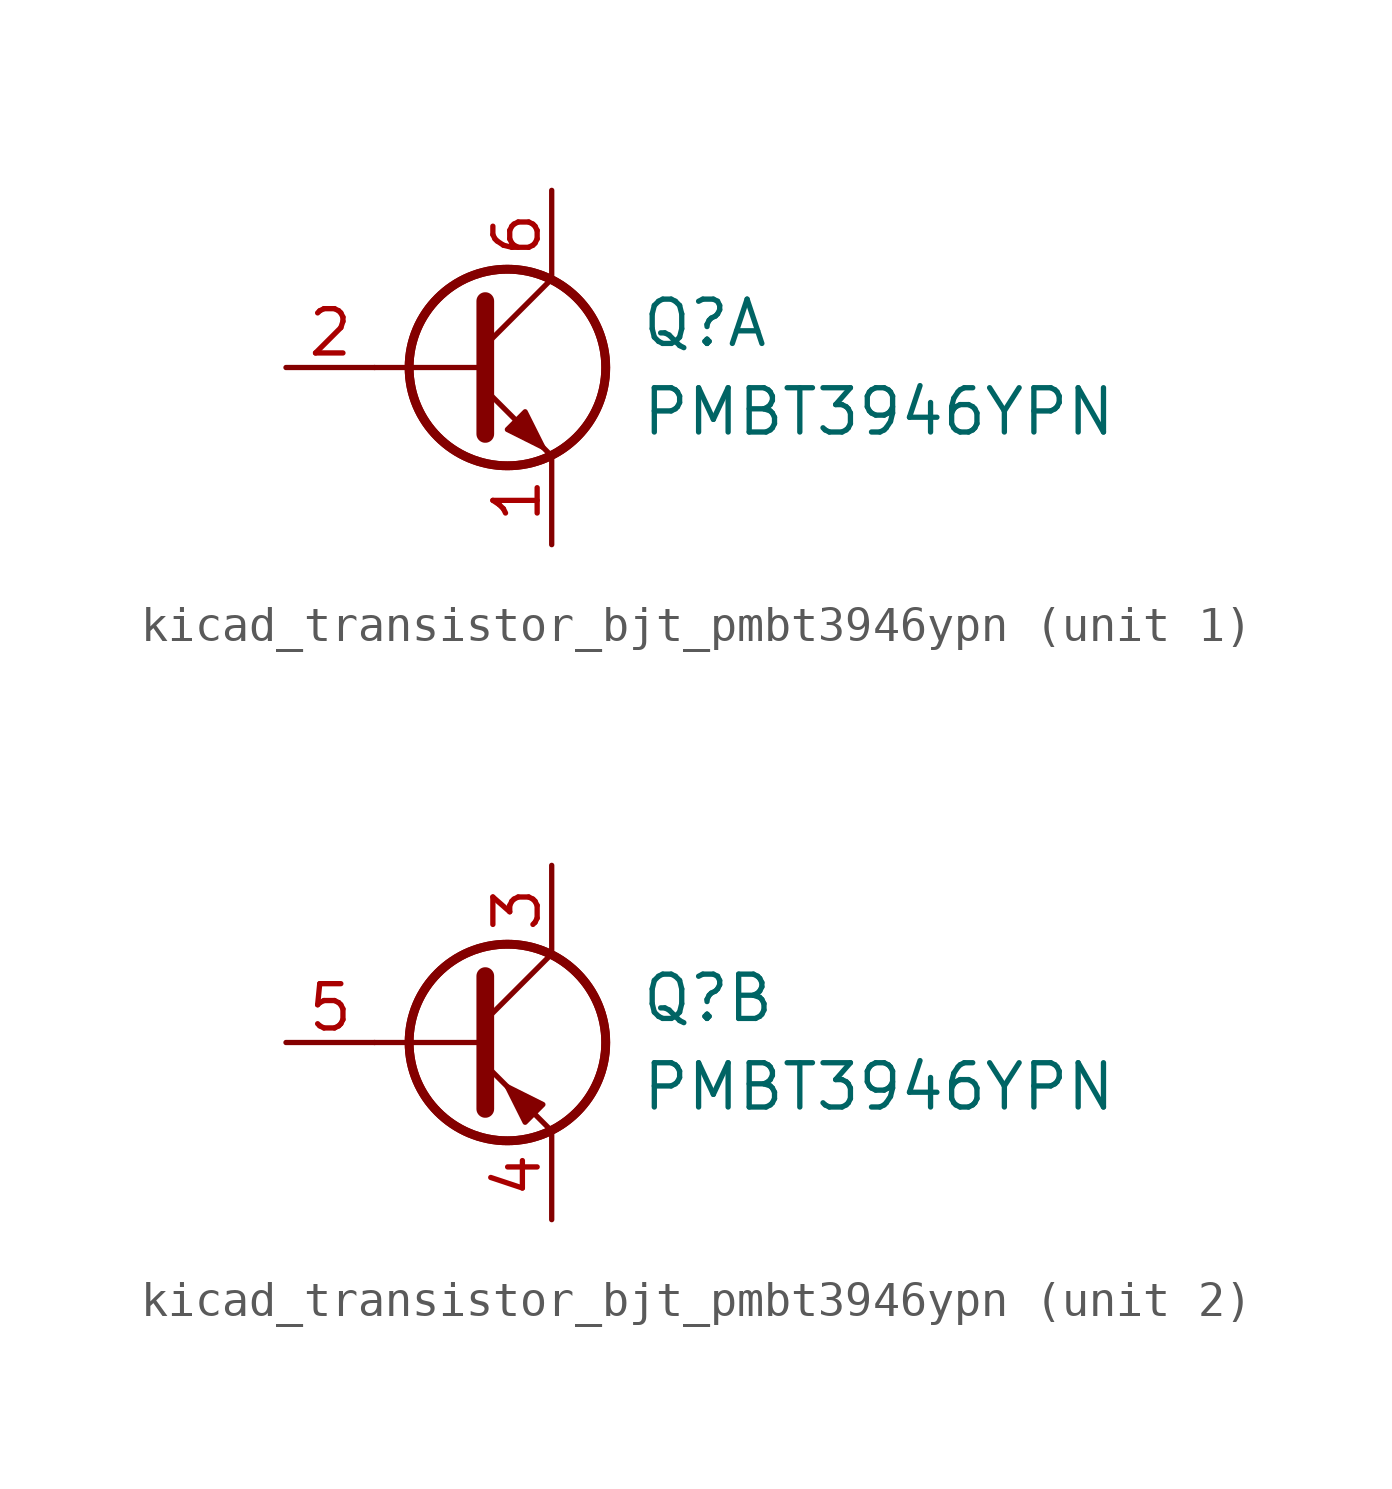
<source format=kicad_sym>
(kicad_symbol_lib
  (version 20220914)
  (generator kicad_symbol_editor)
  (symbol "kicad_transistor_bjt_pmbt3946ypn"
    (pin_names
      (offset 0) hide)
    (property "Reference" "Q"
      (at 5.08 1.27 0)
      (effects (font (size 1.27 1.27)) (justify left)))
    (property "Value" "PMBT3946YPN"
      (at 5.08 -1.27 0)
      (effects (font (size 1.27 1.27)) (justify left)))
    (property "ki_locked" ""
      (at 0 0 0)
      (effects (font (size 1.27 1.27))))
    (symbol "kicad_transistor_bjt_pmbt3946ypn_0_1"
      (polyline (pts (xy 0.635 0) (xy -2.54 0)) (stroke (width 0) (type default)) (fill (type none)))
      (circle (center 1.27 0) (radius 2.819) (stroke (width 0.254) (type default)) (fill (type none)))
      (circle (center 1.27 0) (radius 2.819) (stroke (width 0.254) (type default)) (fill (type none))))
    (symbol "kicad_transistor_bjt_pmbt3946ypn_1_1"
      (polyline (pts (xy 0.635 0.635) (xy 2.54 2.54)) (stroke (width 0) (type default)) (fill (type none)))
      (polyline (pts (xy 0.635 -0.635) (xy 2.54 -2.54) (xy 2.54 -2.54)) (stroke (width 0) (type default)) (fill (type none)))
      (polyline (pts (xy 0.635 1.905) (xy 0.635 -1.905) (xy 0.635 -1.905)) (stroke (width 0.508) (type default)) (fill (type none)))
      (polyline (pts (xy 1.27 -1.778) (xy 1.778 -1.27) (xy 2.286 -2.286) (xy 1.27 -1.778) (xy 1.27 -1.778)) (stroke (width 0) (type default)) (fill (type outline)))
      (pin passive line (at 2.54 -5.08 90) (length 2.54) (name "E1" (effects (font (size 1.27 1.27)))) (number "1" (effects (font (size 1.27 1.27)))))
      (pin input line (at -5.08 0 0) (length 2.54) (name "B1" (effects (font (size 1.27 1.27)))) (number "2" (effects (font (size 1.27 1.27)))))
      (pin passive line (at 2.54 5.08 270) (length 2.54) (name "C1" (effects (font (size 1.27 1.27)))) (number "6" (effects (font (size 1.27 1.27))))))
    (symbol "kicad_transistor_bjt_pmbt3946ypn_2_1"
      (polyline (pts (xy 0.635 0.635) (xy 2.54 2.54)) (stroke (width 0) (type default)) (fill (type none)))
      (polyline (pts (xy 0.635 -0.635) (xy 2.54 -2.54) (xy 2.54 -2.54)) (stroke (width 0) (type default)) (fill (type none)))
      (polyline (pts (xy 0.635 1.905) (xy 0.635 -1.905) (xy 0.635 -1.905)) (stroke (width 0.508) (type default)) (fill (type none)))
      (polyline (pts (xy 2.286 -1.778) (xy 1.778 -2.286) (xy 1.27 -1.27) (xy 2.286 -1.778) (xy 2.286 -1.778)) (stroke (width 0) (type default)) (fill (type outline)))
      (pin passive line (at 2.54 5.08 270) (length 2.54) (name "C2" (effects (font (size 1.27 1.27)))) (number "3" (effects (font (size 1.27 1.27)))))
      (pin passive line (at 2.54 -5.08 90) (length 2.54) (name "E2" (effects (font (size 1.27 1.27)))) (number "4" (effects (font (size 1.27 1.27)))))
      (pin input line (at -5.08 0 0) (length 2.54) (name "B2" (effects (font (size 1.27 1.27)))) (number "5" (effects (font (size 1.27 1.27))))))))
</source>
